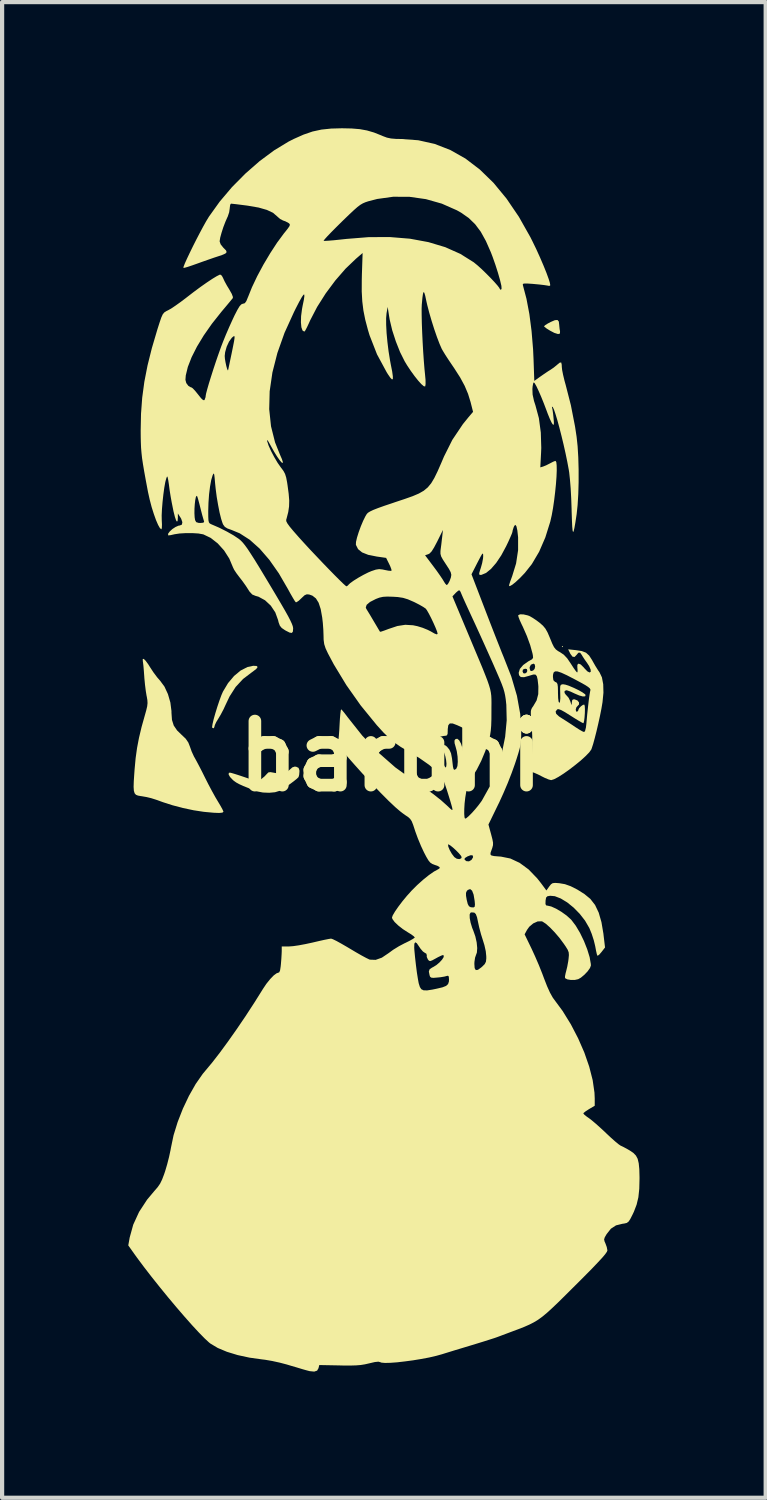
<source format=kicad_pcb>
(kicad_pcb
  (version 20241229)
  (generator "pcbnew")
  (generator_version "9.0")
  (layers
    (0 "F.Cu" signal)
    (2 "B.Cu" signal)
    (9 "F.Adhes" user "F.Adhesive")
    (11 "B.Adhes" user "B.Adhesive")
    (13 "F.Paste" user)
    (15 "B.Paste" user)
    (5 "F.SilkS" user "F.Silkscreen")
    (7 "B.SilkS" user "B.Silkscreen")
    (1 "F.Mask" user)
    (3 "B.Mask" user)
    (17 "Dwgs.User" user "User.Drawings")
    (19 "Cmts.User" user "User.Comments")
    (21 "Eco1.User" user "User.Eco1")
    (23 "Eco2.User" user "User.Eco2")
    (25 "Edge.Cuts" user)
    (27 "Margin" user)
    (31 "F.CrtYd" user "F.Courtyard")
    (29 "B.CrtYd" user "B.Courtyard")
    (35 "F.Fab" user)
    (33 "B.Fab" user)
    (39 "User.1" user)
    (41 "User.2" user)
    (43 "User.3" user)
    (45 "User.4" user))
  (footprint "haruhi"
    (layer "F.Cu")
    (at 6.24 14.929)
    (property "Reference" "haruhi" (at 0 0 0) (layer "F.SilkS") (effects (font (size 1.524 1.524) (thickness 0.3))))
    (attr through_hole)
    (fp_poly (pts (xy 4.098 -2.606) (xy 4.083 -2.591) (xy 4.068 -2.606) (xy 4.083 -2.621)) (stroke (width 0) (type solid)) (fill yes) (layer "F.SilkS"))
    (fp_poly (pts (xy 3.997 -10.334) (xy 4.007 -10.25) (xy 4.007 -10.244) (xy 4.016 -10.155) (xy 4.026 -10.101) (xy 4.024 -10.048) (xy 3.979 -10.036) (xy 3.89 -10.064) (xy 3.789 -10.117) (xy 3.71 -10.166) (xy 3.658 -10.206) (xy 3.646 -10.221) (xy 3.671 -10.246) (xy 3.734 -10.286) (xy 3.801 -10.322) (xy 3.903 -10.366) (xy 3.965 -10.371)) (stroke (width 0) (type solid)) (fill yes) (layer "F.SilkS"))
    (fp_poly (pts (xy -3.189 -2.144) (xy -3.164 -2.119) (xy -3.196 -2.074) (xy -3.284 -2.006) (xy -3.296 -1.998) (xy -3.512 -1.834) (xy -3.687 -1.645) (xy -3.831 -1.42) (xy -3.918 -1.237) (xy -3.977 -1.11) (xy -4.043 -0.985) (xy -4.098 -0.893) (xy -4.149 -0.809) (xy -4.182 -0.738) (xy -4.188 -0.711) (xy -4.203 -0.669) (xy -4.218 -0.663) (xy -4.247 -0.68) (xy -4.248 -0.685) (xy -4.237 -0.761) (xy -4.21 -0.877) (xy -4.17 -1.019) (xy -4.123 -1.172) (xy -4.073 -1.321) (xy -4.026 -1.449) (xy -3.989 -1.534) (xy -3.868 -1.736) (xy -3.725 -1.906) (xy -3.568 -2.036) (xy -3.405 -2.119) (xy -3.27 -2.148)) (stroke (width 0) (type solid)) (fill yes) (layer "F.SilkS"))
    (fp_poly (pts (xy -2.245 0.253) (xy -2.191 0.279) (xy -2.171 0.334) (xy -2.17 0.37) (xy -2.177 0.447) (xy -2.192 0.499) (xy -2.192 0.499) (xy -2.233 0.539) (xy -2.309 0.6) (xy -2.405 0.671) (xy -2.505 0.741) (xy -2.595 0.798) (xy -2.642 0.825) (xy -2.75 0.858) (xy -2.89 0.871) (xy -3.038 0.865) (xy -3.17 0.84) (xy -3.194 0.832) (xy -3.373 0.763) (xy -3.506 0.71) (xy -3.602 0.666) (xy -3.673 0.627) (xy -3.728 0.588) (xy -3.754 0.566) (xy -3.821 0.495) (xy -3.854 0.436) (xy -3.849 0.399) (xy -3.824 0.392) (xy -3.783 0.401) (xy -3.699 0.426) (xy -3.584 0.463) (xy -3.477 0.499) (xy -3.163 0.606) (xy -3.073 0.542) (xy -3.001 0.483) (xy -2.947 0.425) (xy -2.944 0.422) (xy -2.909 0.387) (xy -2.859 0.38) (xy -2.786 0.393) (xy -2.647 0.418) (xy -2.547 0.415) (xy -2.469 0.383) (xy -2.407 0.328) (xy -2.339 0.267) (xy -2.281 0.248)) (stroke (width 0) (type solid)) (fill yes) (layer "F.SilkS"))
    (fp_poly (pts (xy -5.828 -2.269) (xy -5.764 -2.182) (xy -5.717 -2.107) (xy -5.64 -1.99) (xy -5.553 -1.874) (xy -5.482 -1.792) (xy -5.38 -1.654) (xy -5.297 -1.475) (xy -5.239 -1.275) (xy -5.213 -1.072) (xy -5.213 -1.033) (xy -5.201 -0.862) (xy -5.159 -0.728) (xy -5.079 -0.611) (xy -4.974 -0.509) (xy -4.874 -0.414) (xy -4.812 -0.323) (xy -4.774 -0.226) (xy -4.732 -0.108) (xy -4.678 0.009) (xy -4.657 0.045) (xy -4.616 0.12) (xy -4.556 0.233) (xy -4.486 0.369) (xy -4.415 0.512) (xy -4.335 0.67) (xy -4.249 0.832) (xy -4.168 0.978) (xy -4.111 1.074) (xy -4.05 1.176) (xy -4.003 1.261) (xy -3.979 1.314) (xy -3.977 1.322) (xy -4.002 1.343) (xy -4.078 1.351) (xy -4.207 1.346) (xy -4.393 1.329) (xy -4.452 1.323) (xy -4.686 1.287) (xy -4.941 1.233) (xy -5.191 1.167) (xy -5.409 1.097) (xy -5.415 1.095) (xy -5.573 1.038) (xy -5.696 0.999) (xy -5.805 0.973) (xy -5.919 0.953) (xy -5.943 0.95) (xy -6.009 0.938) (xy -6.057 0.919) (xy -6.089 0.883) (xy -6.107 0.822) (xy -6.113 0.73) (xy -6.109 0.597) (xy -6.097 0.416) (xy -6.09 0.319) (xy -6.065 0.048) (xy -6.031 -0.196) (xy -5.985 -0.436) (xy -5.924 -0.692) (xy -5.852 -0.949) (xy -5.813 -1.088) (xy -5.79 -1.186) (xy -5.782 -1.262) (xy -5.786 -1.333) (xy -5.8 -1.415) (xy -5.804 -1.431) (xy -5.823 -1.546) (xy -5.842 -1.696) (xy -5.857 -1.851) (xy -5.86 -1.898) (xy -5.87 -2.032) (xy -5.88 -2.149) (xy -5.89 -2.232) (xy -5.894 -2.255) (xy -5.896 -2.309) (xy -5.873 -2.313)) (stroke (width 0) (type solid)) (fill yes) (layer "F.SilkS"))
    (fp_poly (pts (xy 3.157 -3.37) (xy 3.253 -3.348) (xy 3.293 -3.334) (xy 3.369 -3.292) (xy 3.467 -3.227) (xy 3.54 -3.172) (xy 3.62 -3.102) (xy 3.679 -3.031) (xy 3.73 -2.94) (xy 3.785 -2.812) (xy 3.791 -2.797) (xy 3.842 -2.673) (xy 3.883 -2.592) (xy 3.926 -2.538) (xy 3.979 -2.498) (xy 4.024 -2.473) (xy 4.115 -2.412) (xy 4.197 -2.325) (xy 4.284 -2.197) (xy 4.285 -2.195) (xy 4.347 -2.099) (xy 4.398 -2.027) (xy 4.43 -1.991) (xy 4.434 -1.989) (xy 4.444 -2.015) (xy 4.441 -2.079) (xy 4.438 -2.094) (xy 4.438 -2.172) (xy 4.466 -2.2) (xy 4.519 -2.179) (xy 4.591 -2.107) (xy 4.601 -2.094) (xy 4.676 -2.016) (xy 4.729 -1.989) (xy 4.756 -2.005) (xy 4.754 -2.058) (xy 4.718 -2.141) (xy 4.67 -2.215) (xy 4.609 -2.301) (xy 4.559 -2.378) (xy 4.545 -2.403) (xy 4.503 -2.461) (xy 4.462 -2.459) (xy 4.422 -2.41) (xy 4.372 -2.358) (xy 4.323 -2.365) (xy 4.273 -2.431) (xy 4.266 -2.445) (xy 4.219 -2.54) (xy 4.405 -2.52) (xy 4.545 -2.498) (xy 4.643 -2.46) (xy 4.718 -2.392) (xy 4.788 -2.284) (xy 4.803 -2.256) (xy 4.865 -2.147) (xy 4.93 -2.043) (xy 4.965 -1.993) (xy 5.022 -1.873) (xy 5.053 -1.709) (xy 5.058 -1.508) (xy 5.036 -1.282) (xy 5.035 -1.276) (xy 5.01 -1.128) (xy 4.976 -0.957) (xy 4.936 -0.775) (xy 4.894 -0.595) (xy 4.852 -0.43) (xy 4.814 -0.291) (xy 4.782 -0.192) (xy 4.769 -0.157) (xy 4.719 -0.088) (xy 4.631 0.002) (xy 4.517 0.106) (xy 4.384 0.214) (xy 4.245 0.321) (xy 4.109 0.417) (xy 3.985 0.496) (xy 3.884 0.549) (xy 3.817 0.57) (xy 3.813 0.57) (xy 3.753 0.554) (xy 3.664 0.517) (xy 3.6 0.485) (xy 3.502 0.435) (xy 3.416 0.397) (xy 3.377 0.384) (xy 3.33 0.363) (xy 3.318 0.323) (xy 3.326 0.265) (xy 3.346 0.122) (xy 3.36 -0.063) (xy 3.366 -0.271) (xy 3.365 -0.485) (xy 3.356 -0.686) (xy 3.35 -0.765) (xy 3.337 -0.91) (xy 3.331 -1.009) (xy 3.333 -1.075) (xy 3.346 -1.121) (xy 3.369 -1.162) (xy 3.388 -1.187) (xy 3.469 -1.325) (xy 3.508 -1.474) (xy 3.511 -1.651) (xy 3.508 -1.691) (xy 3.493 -1.823) (xy 3.478 -1.884) (xy 3.857 -1.884) (xy 3.868 -1.805) (xy 3.907 -1.766) (xy 3.917 -1.763) (xy 3.947 -1.747) (xy 3.965 -1.714) (xy 3.974 -1.651) (xy 3.977 -1.544) (xy 3.977 -1.504) (xy 3.981 -1.379) (xy 3.992 -1.296) (xy 4.008 -1.266) (xy 4.009 -1.265) (xy 4.025 -1.294) (xy 4.033 -1.377) (xy 4.031 -1.484) (xy 4.028 -1.597) (xy 4.031 -1.662) (xy 4.045 -1.695) (xy 4.074 -1.706) (xy 4.098 -1.709) (xy 4.158 -1.699) (xy 4.249 -1.668) (xy 4.357 -1.622) (xy 4.465 -1.57) (xy 4.557 -1.518) (xy 4.618 -1.474) (xy 4.634 -1.454) (xy 4.623 -1.422) (xy 4.568 -1.419) (xy 4.481 -1.443) (xy 4.369 -1.491) (xy 4.278 -1.534) (xy 4.203 -1.561) (xy 4.174 -1.567) (xy 4.134 -1.548) (xy 4.134 -1.503) (xy 4.17 -1.452) (xy 4.186 -1.439) (xy 4.233 -1.383) (xy 4.271 -1.302) (xy 4.273 -1.295) (xy 4.293 -1.229) (xy 4.302 -1.219) (xy 4.305 -1.26) (xy 4.306 -1.275) (xy 4.317 -1.336) (xy 4.352 -1.352) (xy 4.373 -1.35) (xy 4.441 -1.323) (xy 4.478 -1.276) (xy 4.476 -1.226) (xy 4.452 -1.202) (xy 4.415 -1.161) (xy 4.399 -1.107) (xy 4.408 -1.065) (xy 4.429 -1.055) (xy 4.457 -1.078) (xy 4.459 -1.093) (xy 4.479 -1.138) (xy 4.524 -1.186) (xy 4.574 -1.221) (xy 4.604 -1.224) (xy 4.614 -1.19) (xy 4.618 -1.116) (xy 4.616 -1.021) (xy 4.609 -0.923) (xy 4.599 -0.84) (xy 4.586 -0.79) (xy 4.579 -0.783) (xy 4.545 -0.799) (xy 4.471 -0.841) (xy 4.371 -0.902) (xy 4.275 -0.963) (xy 4.143 -1.046) (xy 4.052 -1.096) (xy 3.993 -1.117) (xy 3.959 -1.112) (xy 3.957 -1.11) (xy 3.921 -1.06) (xy 3.935 -1.006) (xy 4.003 -0.943) (xy 4.065 -0.903) (xy 4.172 -0.835) (xy 4.297 -0.754) (xy 4.389 -0.692) (xy 4.481 -0.633) (xy 4.556 -0.59) (xy 4.599 -0.573) (xy 4.6 -0.573) (xy 4.622 -0.601) (xy 4.642 -0.682) (xy 4.653 -0.776) (xy 4.671 -0.979) (xy 4.691 -1.168) (xy 4.71 -1.332) (xy 4.728 -1.46) (xy 4.742 -1.542) (xy 4.746 -1.556) (xy 4.749 -1.583) (xy 4.734 -1.611) (xy 4.695 -1.645) (xy 4.624 -1.691) (xy 4.513 -1.753) (xy 4.365 -1.832) (xy 4.189 -1.923) (xy 4.059 -1.983) (xy 3.967 -2.014) (xy 3.907 -2.015) (xy 3.873 -1.988) (xy 3.859 -1.933) (xy 3.857 -1.884) (xy 3.478 -1.884) (xy 3.474 -1.902) (xy 3.443 -1.939) (xy 3.392 -1.941) (xy 3.312 -1.917) (xy 3.294 -1.911) (xy 3.171 -1.877) (xy 3.092 -1.881) (xy 3.052 -1.924) (xy 3.043 -1.982) (xy 3.054 -2.017) (xy 3.134 -2.017) (xy 3.153 -1.972) (xy 3.194 -1.965) (xy 3.234 -1.992) (xy 3.248 -2.027) (xy 3.237 -2.07) (xy 3.196 -2.079) (xy 3.145 -2.059) (xy 3.134 -2.017) (xy 3.054 -2.017) (xy 3.071 -2.074) (xy 3.105 -2.114) (xy 3.303 -2.114) (xy 3.306 -2.076) (xy 3.322 -2.029) (xy 3.35 -2.024) (xy 3.387 -2.037) (xy 3.421 -2.073) (xy 3.434 -2.129) (xy 3.425 -2.18) (xy 3.396 -2.2) (xy 3.333 -2.174) (xy 3.303 -2.114) (xy 3.105 -2.114) (xy 3.15 -2.167) (xy 3.269 -2.252) (xy 3.304 -2.271) (xy 3.362 -2.304) (xy 3.385 -2.339) (xy 3.38 -2.399) (xy 3.37 -2.447) (xy 3.317 -2.639) (xy 3.238 -2.856) (xy 3.142 -3.075) (xy 3.114 -3.132) (xy 3.069 -3.23) (xy 3.039 -3.308) (xy 3.031 -3.349) (xy 3.032 -3.351) (xy 3.076 -3.372)) (stroke (width 0) (type solid)) (fill yes) (layer "F.SilkS"))
    (fp_poly (pts (xy -0.926 -14.924) (xy -0.734 -14.908) (xy -0.564 -14.877) (xy -0.397 -14.828) (xy -0.216 -14.756) (xy -0.187 -14.743) (xy -0.091 -14.707) (xy 0.007 -14.686) (xy 0.127 -14.676) (xy 0.251 -14.674) (xy 0.656 -14.644) (xy 1.045 -14.557) (xy 1.418 -14.412) (xy 1.777 -14.209) (xy 2.119 -13.948) (xy 2.445 -13.631) (xy 2.754 -13.256) (xy 3.047 -12.825) (xy 3.322 -12.338) (xy 3.37 -12.242) (xy 3.461 -12.055) (xy 3.55 -11.858) (xy 3.633 -11.665) (xy 3.704 -11.489) (xy 3.757 -11.343) (xy 3.784 -11.254) (xy 3.794 -11.196) (xy 3.773 -11.18) (xy 3.718 -11.19) (xy 3.647 -11.201) (xy 3.537 -11.214) (xy 3.409 -11.226) (xy 3.379 -11.229) (xy 3.256 -11.237) (xy 3.183 -11.238) (xy 3.148 -11.231) (xy 3.14 -11.212) (xy 3.145 -11.19) (xy 3.228 -10.875) (xy 3.297 -10.511) (xy 3.349 -10.108) (xy 3.385 -9.677) (xy 3.396 -9.44) (xy 3.414 -8.922) (xy 3.548 -9.018) (xy 3.647 -9.087) (xy 3.745 -9.153) (xy 3.784 -9.177) (xy 3.872 -9.236) (xy 3.95 -9.299) (xy 3.956 -9.305) (xy 4.02 -9.357) (xy 4.054 -9.36) (xy 4.066 -9.309) (xy 4.068 -9.258) (xy 4.076 -9.181) (xy 4.099 -9.066) (xy 4.132 -8.928) (xy 4.16 -8.828) (xy 4.284 -8.344) (xy 4.383 -7.837) (xy 4.42 -7.593) (xy 4.444 -7.369) (xy 4.46 -7.104) (xy 4.468 -6.815) (xy 4.468 -6.519) (xy 4.46 -6.233) (xy 4.444 -5.971) (xy 4.421 -5.752) (xy 4.419 -5.74) (xy 4.391 -5.556) (xy 4.368 -5.425) (xy 4.35 -5.349) (xy 4.336 -5.328) (xy 4.325 -5.364) (xy 4.316 -5.457) (xy 4.309 -5.607) (xy 4.302 -5.817) (xy 4.301 -5.875) (xy 4.292 -6.129) (xy 4.279 -6.367) (xy 4.262 -6.576) (xy 4.244 -6.744) (xy 4.234 -6.809) (xy 4.199 -6.997) (xy 4.157 -7.2) (xy 4.11 -7.41) (xy 4.06 -7.617) (xy 4.01 -7.813) (xy 3.962 -7.989) (xy 3.918 -8.134) (xy 3.882 -8.24) (xy 3.855 -8.297) (xy 3.852 -8.301) (xy 3.833 -8.31) (xy 3.837 -8.286) (xy 3.848 -8.234) (xy 3.861 -8.142) (xy 3.871 -8.045) (xy 3.88 -7.942) (xy 3.879 -7.889) (xy 3.868 -7.878) (xy 3.848 -7.894) (xy 3.82 -7.941) (xy 3.779 -8.03) (xy 3.732 -8.146) (xy 3.708 -8.211) (xy 3.642 -8.385) (xy 3.577 -8.546) (xy 3.516 -8.686) (xy 3.464 -8.796) (xy 3.424 -8.866) (xy 3.402 -8.888) (xy 3.387 -8.861) (xy 3.374 -8.791) (xy 3.369 -8.73) (xy 3.374 -8.597) (xy 3.407 -8.446) (xy 3.442 -8.338) (xy 3.523 -8.037) (xy 3.569 -7.696) (xy 3.58 -7.328) (xy 3.575 -7.207) (xy 3.557 -6.866) (xy 3.624 -6.886) (xy 3.696 -6.915) (xy 3.781 -6.958) (xy 3.791 -6.963) (xy 3.862 -7) (xy 3.913 -7.02) (xy 3.919 -7.02) (xy 3.937 -6.992) (xy 3.946 -6.914) (xy 3.948 -6.794) (xy 3.942 -6.643) (xy 3.929 -6.469) (xy 3.91 -6.281) (xy 3.887 -6.089) (xy 3.86 -5.902) (xy 3.829 -5.729) (xy 3.795 -5.58) (xy 3.794 -5.576) (xy 3.676 -5.199) (xy 3.529 -4.86) (xy 3.356 -4.567) (xy 3.189 -4.356) (xy 3.075 -4.237) (xy 2.972 -4.141) (xy 2.889 -4.074) (xy 2.833 -4.043) (xy 2.815 -4.045) (xy 2.818 -4.078) (xy 2.841 -4.151) (xy 2.878 -4.252) (xy 2.889 -4.282) (xy 2.981 -4.581) (xy 3.029 -4.897) (xy 3.029 -5.204) (xy 3.028 -5.212) (xy 3.011 -5.367) (xy 2.99 -5.462) (xy 2.967 -5.499) (xy 2.94 -5.478) (xy 2.924 -5.443) (xy 2.901 -5.372) (xy 2.893 -5.328) (xy 2.88 -5.289) (xy 2.846 -5.209) (xy 2.797 -5.099) (xy 2.745 -4.991) (xy 2.629 -4.775) (xy 2.507 -4.593) (xy 2.385 -4.452) (xy 2.267 -4.356) (xy 2.159 -4.311) (xy 2.128 -4.309) (xy 2.106 -4.317) (xy 2.104 -4.35) (xy 2.124 -4.421) (xy 2.142 -4.474) (xy 2.174 -4.588) (xy 2.195 -4.7) (xy 2.199 -4.752) (xy 2.197 -4.801) (xy 2.189 -4.819) (xy 2.171 -4.802) (xy 2.137 -4.744) (xy 2.082 -4.639) (xy 2.059 -4.595) (xy 1.921 -4.324) (xy 2.268 -3.42) (xy 2.356 -3.192) (xy 2.44 -2.976) (xy 2.517 -2.779) (xy 2.584 -2.61) (xy 2.636 -2.477) (xy 2.672 -2.389) (xy 2.682 -2.365) (xy 2.868 -1.891) (xy 3.001 -1.437) (xy 3.079 -1.005) (xy 3.103 -0.619) (xy 3.103 -0.485) (xy 3.098 -0.378) (xy 3.088 -0.284) (xy 3.068 -0.187) (xy 3.036 -0.073) (xy 2.99 0.074) (xy 2.953 0.186) (xy 2.877 0.398) (xy 2.783 0.639) (xy 2.678 0.885) (xy 2.575 1.111) (xy 2.563 1.134) (xy 2.324 1.626) (xy 2.387 1.857) (xy 2.418 1.976) (xy 2.433 2.056) (xy 2.432 2.117) (xy 2.416 2.179) (xy 2.401 2.221) (xy 2.376 2.291) (xy 2.371 2.336) (xy 2.395 2.362) (xy 2.458 2.376) (xy 2.567 2.385) (xy 2.622 2.389) (xy 2.845 2.434) (xy 3.065 2.537) (xy 3.28 2.695) (xy 3.484 2.907) (xy 3.574 3.021) (xy 3.702 3.194) (xy 3.769 3.1) (xy 3.811 3.047) (xy 3.852 3.02) (xy 3.912 3.014) (xy 4.007 3.021) (xy 4.142 3.044) (xy 4.28 3.093) (xy 4.436 3.172) (xy 4.605 3.278) (xy 4.746 3.394) (xy 4.859 3.539) (xy 4.946 3.722) (xy 5.011 3.948) (xy 5.058 4.225) (xy 5.061 4.255) (xy 5.096 4.549) (xy 5.014 4.655) (xy 4.962 4.716) (xy 4.924 4.745) (xy 4.915 4.744) (xy 4.901 4.708) (xy 4.883 4.628) (xy 4.863 4.522) (xy 4.862 4.516) (xy 4.829 4.38) (xy 4.779 4.225) (xy 4.721 4.083) (xy 4.719 4.081) (xy 4.621 3.912) (xy 4.495 3.75) (xy 4.351 3.603) (xy 4.197 3.478) (xy 4.044 3.385) (xy 3.902 3.33) (xy 3.792 3.32) (xy 3.725 3.332) (xy 3.694 3.364) (xy 3.682 3.436) (xy 3.682 3.442) (xy 3.68 3.518) (xy 3.698 3.55) (xy 3.73 3.555) (xy 3.817 3.575) (xy 3.932 3.627) (xy 4.059 3.702) (xy 4.182 3.79) (xy 4.284 3.882) (xy 4.297 3.896) (xy 4.4 4.032) (xy 4.502 4.204) (xy 4.595 4.396) (xy 4.673 4.594) (xy 4.73 4.78) (xy 4.758 4.94) (xy 4.76 4.979) (xy 4.738 5.038) (xy 4.682 5.117) (xy 4.605 5.198) (xy 4.522 5.267) (xy 4.459 5.303) (xy 4.379 5.321) (xy 4.285 5.322) (xy 4.2 5.308) (xy 4.148 5.28) (xy 4.145 5.277) (xy 4.144 5.236) (xy 4.159 5.16) (xy 4.17 5.12) (xy 4.197 5.009) (xy 4.221 4.878) (xy 4.229 4.818) (xy 4.237 4.73) (xy 4.232 4.665) (xy 4.208 4.603) (xy 4.159 4.524) (xy 4.115 4.46) (xy 4.012 4.321) (xy 3.899 4.189) (xy 3.789 4.075) (xy 3.689 3.986) (xy 3.61 3.934) (xy 3.59 3.927) (xy 3.494 3.93) (xy 3.389 3.977) (xy 3.295 4.056) (xy 3.242 4.13) (xy 3.184 4.237) (xy 3.351 4.582) (xy 3.433 4.761) (xy 3.522 4.967) (xy 3.603 5.17) (xy 3.647 5.288) (xy 3.718 5.47) (xy 3.787 5.623) (xy 3.85 5.736) (xy 3.874 5.77) (xy 4.088 6.06) (xy 4.283 6.376) (xy 4.456 6.709) (xy 4.604 7.048) (xy 4.72 7.383) (xy 4.802 7.703) (xy 4.845 8) (xy 4.851 8.137) (xy 4.851 8.313) (xy 4.715 8.393) (xy 4.639 8.442) (xy 4.59 8.481) (xy 4.58 8.496) (xy 4.603 8.524) (xy 4.662 8.572) (xy 4.707 8.603) (xy 4.778 8.657) (xy 4.878 8.741) (xy 4.995 8.846) (xy 5.116 8.958) (xy 5.121 8.964) (xy 5.233 9.069) (xy 5.334 9.159) (xy 5.415 9.226) (xy 5.464 9.26) (xy 5.469 9.262) (xy 5.526 9.289) (xy 5.614 9.336) (xy 5.688 9.379) (xy 5.771 9.436) (xy 5.831 9.498) (xy 5.872 9.575) (xy 5.897 9.68) (xy 5.911 9.821) (xy 5.916 10.01) (xy 5.916 10.049) (xy 5.91 10.289) (xy 5.889 10.488) (xy 5.847 10.664) (xy 5.782 10.834) (xy 5.747 10.907) (xy 5.695 11.009) (xy 5.655 11.068) (xy 5.613 11.099) (xy 5.555 11.113) (xy 5.511 11.119) (xy 5.357 11.157) (xy 5.236 11.236) (xy 5.135 11.363) (xy 5.09 11.44) (xy 5.074 11.492) (xy 5.086 11.543) (xy 5.105 11.585) (xy 5.137 11.672) (xy 5.152 11.75) (xy 5.152 11.754) (xy 5.139 11.787) (xy 5.099 11.844) (xy 5.028 11.928) (xy 4.923 12.041) (xy 4.784 12.187) (xy 4.605 12.368) (xy 4.386 12.587) (xy 4.376 12.597) (xy 4.164 12.808) (xy 3.988 12.982) (xy 3.84 13.123) (xy 3.715 13.237) (xy 3.605 13.328) (xy 3.503 13.402) (xy 3.402 13.463) (xy 3.296 13.517) (xy 3.178 13.569) (xy 3.041 13.623) (xy 2.883 13.682) (xy 2.755 13.73) (xy 2.635 13.775) (xy 2.544 13.809) (xy 2.528 13.815) (xy 2.465 13.837) (xy 2.355 13.872) (xy 2.211 13.918) (xy 2.042 13.97) (xy 1.865 14.024) (xy 1.686 14.078) (xy 1.52 14.128) (xy 1.381 14.171) (xy 1.277 14.203) (xy 1.22 14.221) (xy 1.08 14.26) (xy 0.912 14.299) (xy 0.726 14.334) (xy 0.53 14.366) (xy 0.336 14.392) (xy 0.154 14.413) (xy -0.006 14.425) (xy -0.134 14.428) (xy -0.219 14.421) (xy -0.248 14.41) (xy -0.293 14.398) (xy -0.379 14.407) (xy -0.512 14.438) (xy -0.613 14.461) (xy -0.712 14.477) (xy -0.824 14.486) (xy -0.962 14.49) (xy -1.142 14.489) (xy -1.219 14.487) (xy -1.699 14.478) (xy -1.717 14.553) (xy -1.75 14.611) (xy -1.819 14.634) (xy -1.928 14.623) (xy -2.019 14.599) (xy -2.106 14.574) (xy -2.231 14.536) (xy -2.375 14.494) (xy -2.471 14.465) (xy -2.638 14.421) (xy -2.821 14.381) (xy -2.99 14.352) (xy -3.058 14.344) (xy -3.358 14.302) (xy -3.64 14.241) (xy -3.895 14.163) (xy -4.112 14.072) (xy -4.283 13.97) (xy -4.318 13.943) (xy -4.425 13.844) (xy -4.563 13.703) (xy -4.725 13.528) (xy -4.904 13.326) (xy -5.096 13.103) (xy -5.294 12.867) (xy -5.492 12.624) (xy -5.685 12.382) (xy -5.866 12.148) (xy -6.03 11.928) (xy -6.097 11.835) (xy -6.24 11.633) (xy -6.206 11.444) (xy -6.122 11.14) (xy -5.983 10.837) (xy -5.792 10.545) (xy -5.622 10.342) (xy -5.543 10.251) (xy -5.484 10.166) (xy -5.436 10.068) (xy -5.387 9.939) (xy -5.363 9.868) (xy -5.315 9.705) (xy -5.27 9.528) (xy -5.235 9.366) (xy -5.225 9.31) (xy -5.163 9.014) (xy -5.066 8.7) (xy -4.942 8.383) (xy -4.797 8.077) (xy -4.637 7.795) (xy -4.469 7.554) (xy -4.399 7.47) (xy -4.243 7.283) (xy -4.064 7.052) (xy -3.869 6.786) (xy -3.663 6.494) (xy -3.453 6.185) (xy -3.246 5.867) (xy -3.047 5.55) (xy -3.044 5.544) (xy -2.957 5.414) (xy -2.866 5.301) (xy -2.781 5.213) (xy -2.711 5.162) (xy -2.68 5.152) (xy -2.651 5.14) (xy -2.631 5.095) (xy -2.617 5.006) (xy -2.611 4.949) (xy -2.601 4.825) (xy -2.594 4.708) (xy -2.591 4.636) (xy -2.591 4.526) (xy -2.418 4.525) (xy -2.321 4.518) (xy -2.183 4.498) (xy -2.024 4.468) (xy -1.861 4.433) (xy -1.857 4.432) (xy -1.708 4.397) (xy -1.578 4.368) (xy -1.477 4.348) (xy -1.421 4.339) (xy -1.417 4.339) (xy -1.373 4.354) (xy -1.289 4.395) (xy -1.175 4.458) (xy -1.04 4.536) (xy -0.966 4.58) (xy -0.823 4.665) (xy -0.692 4.74) (xy -0.586 4.797) (xy -0.514 4.832) (xy -0.495 4.839) (xy -0.358 4.844) (xy -0.211 4.792) (xy -0.052 4.685) (xy 0.059 4.604) (xy 0.14 4.554) (xy 0.559 4.554) (xy 0.562 4.605) (xy 0.579 4.784) (xy 0.6 4.968) (xy 0.622 5.141) (xy 0.645 5.287) (xy 0.664 5.392) (xy 0.668 5.408) (xy 0.694 5.49) (xy 0.728 5.542) (xy 0.782 5.568) (xy 0.866 5.57) (xy 0.99 5.551) (xy 1.096 5.529) (xy 1.231 5.497) (xy 1.317 5.463) (xy 1.364 5.42) (xy 1.384 5.359) (xy 1.386 5.311) (xy 1.381 5.242) (xy 1.362 5.221) (xy 1.333 5.227) (xy 1.275 5.242) (xy 1.181 5.257) (xy 1.112 5.264) (xy 1.015 5.272) (xy 0.962 5.266) (xy 0.936 5.244) (xy 0.924 5.209) (xy 0.907 5.122) (xy 0.924 5.069) (xy 0.983 5.028) (xy 1.01 5.015) (xy 1.087 4.967) (xy 1.16 4.905) (xy 1.22 4.84) (xy 1.257 4.782) (xy 1.263 4.742) (xy 1.239 4.73) (xy 1.2 4.744) (xy 1.127 4.779) (xy 1.069 4.811) (xy 0.986 4.856) (xy 0.938 4.873) (xy 0.909 4.863) (xy 0.884 4.834) (xy 0.857 4.773) (xy 0.858 4.736) (xy 0.847 4.696) (xy 0.815 4.679) (xy 0.766 4.645) (xy 0.707 4.576) (xy 0.675 4.528) (xy 0.62 4.448) (xy 0.583 4.426) (xy 0.562 4.461) (xy 0.559 4.554) (xy 0.14 4.554) (xy 0.197 4.519) (xy 0.334 4.447) (xy 0.342 4.444) (xy 0.447 4.392) (xy 0.527 4.347) (xy 0.569 4.317) (xy 0.572 4.311) (xy 0.548 4.283) (xy 0.486 4.237) (xy 0.414 4.193) (xy 0.291 4.114) (xy 0.18 4.027) (xy 0.093 3.944) (xy 0.041 3.873) (xy 0.03 3.839) (xy 0.049 3.784) (xy 0.06 3.766) (xy 1.877 3.766) (xy 1.879 3.851) (xy 1.9 3.961) (xy 1.937 4.082) (xy 1.964 4.149) (xy 2.012 4.285) (xy 2.044 4.428) (xy 2.057 4.563) (xy 2.049 4.671) (xy 2.03 4.722) (xy 2.006 4.791) (xy 1.991 4.891) (xy 1.989 4.94) (xy 1.996 5.041) (xy 2.023 5.087) (xy 2.074 5.081) (xy 2.153 5.024) (xy 2.176 5.004) (xy 2.235 4.945) (xy 2.264 4.888) (xy 2.273 4.808) (xy 2.272 4.756) (xy 2.26 4.637) (xy 2.228 4.494) (xy 2.193 4.381) (xy 2.147 4.235) (xy 2.104 4.072) (xy 2.078 3.952) (xy 2.052 3.829) (xy 2.024 3.756) (xy 1.991 3.723) (xy 1.984 3.72) (xy 1.921 3.715) (xy 1.896 3.723) (xy 1.877 3.766) (xy 0.06 3.766) (xy 0.102 3.694) (xy 0.181 3.58) (xy 0.278 3.452) (xy 0.387 3.32) (xy 0.45 3.251) (xy 1.79 3.251) (xy 1.791 3.321) (xy 1.807 3.416) (xy 1.832 3.516) (xy 1.861 3.569) (xy 1.9 3.591) (xy 1.908 3.593) (xy 1.967 3.598) (xy 1.997 3.58) (xy 2.003 3.525) (xy 1.996 3.443) (xy 1.971 3.293) (xy 1.935 3.199) (xy 1.889 3.161) (xy 1.834 3.181) (xy 1.809 3.207) (xy 1.79 3.251) (xy 0.45 3.251) (xy 0.492 3.203) (xy 0.625 3.07) (xy 0.767 2.942) (xy 0.906 2.83) (xy 1.028 2.745) (xy 1.096 2.708) (xy 1.158 2.672) (xy 1.166 2.642) (xy 1.119 2.612) (xy 1.049 2.587) (xy 0.988 2.563) (xy 0.94 2.531) (xy 0.897 2.479) (xy 0.887 2.462) (xy 1.756 2.462) (xy 1.8 2.497) (xy 1.861 2.502) (xy 1.921 2.467) (xy 1.956 2.409) (xy 1.958 2.391) (xy 1.944 2.356) (xy 1.896 2.357) (xy 1.824 2.385) (xy 1.761 2.425) (xy 1.756 2.462) (xy 0.887 2.462) (xy 0.847 2.395) (xy 0.792 2.29) (xy 0.719 2.134) (xy 0.706 2.102) (xy 1.363 2.102) (xy 1.37 2.154) (xy 1.403 2.234) (xy 1.453 2.322) (xy 1.511 2.398) (xy 1.512 2.4) (xy 1.57 2.439) (xy 1.632 2.449) (xy 1.677 2.429) (xy 1.687 2.401) (xy 1.668 2.365) (xy 1.619 2.307) (xy 1.553 2.24) (xy 1.482 2.175) (xy 1.418 2.124) (xy 1.375 2.099) (xy 1.363 2.102) (xy 0.706 2.102) (xy 0.645 1.955) (xy 0.584 1.788) (xy 0.576 1.763) (xy 0.534 1.635) (xy 0.5 1.549) (xy 0.463 1.493) (xy 0.416 1.449) (xy 0.348 1.404) (xy 0.343 1.401) (xy 0.243 1.328) (xy 0.109 1.213) (xy -0.054 1.059) (xy -0.242 0.87) (xy -0.45 0.652) (xy -0.676 0.409) (xy -0.854 0.211) (xy -0.995 0.051) (xy -1.101 -0.071) (xy -1.174 -0.162) (xy -1.221 -0.228) (xy -1.246 -0.276) (xy -1.253 -0.311) (xy -1.251 -0.331) (xy -1.242 -0.391) (xy -1.232 -0.495) (xy -1.222 -0.629) (xy -1.215 -0.761) (xy -1.207 -0.899) (xy -1.197 -1.011) (xy -1.187 -1.087) (xy -1.179 -1.114) (xy -1.154 -1.091) (xy -1.103 -1.03) (xy -1.038 -0.945) (xy -1.024 -0.926) (xy -0.678 -0.49) (xy -0.297 -0.089) (xy 0.11 0.268) (xy 0.523 0.565) (xy 0.79 0.743) (xy 1.011 0.901) (xy 1.194 1.046) (xy 1.335 1.172) (xy 1.412 1.245) (xy 1.454 1.279) (xy 1.469 1.278) (xy 1.465 1.245) (xy 1.46 1.22) (xy 1.442 1.155) (xy 1.411 1.048) (xy 1.37 0.916) (xy 1.337 0.81) (xy 1.288 0.664) (xy 1.248 0.56) (xy 1.207 0.484) (xy 1.157 0.421) (xy 1.092 0.356) (xy 0.913 0.207) (xy 0.69 0.051) (xy 0.439 -0.102) (xy 0.407 -0.12) (xy 0.239 -0.219) (xy 0.117 -0.304) (xy 1.121 -0.304) (xy 1.124 -0.264) (xy 1.14 -0.177) (xy 1.169 -0.068) (xy 1.203 0.045) (xy 1.24 0.149) (xy 1.274 0.229) (xy 1.299 0.269) (xy 1.303 0.271) (xy 1.321 0.245) (xy 1.326 0.18) (xy 1.317 0.092) (xy 1.298 0.002) (xy 1.281 -0.05) (xy 1.244 -0.158) (xy 1.237 -0.233) (xy 1.257 -0.267) (xy 1.301 -0.255) (xy 1.339 -0.224) (xy 1.396 -0.153) (xy 1.434 -0.067) (xy 1.457 0.051) (xy 1.467 0.136) (xy 1.48 0.249) (xy 1.495 0.31) (xy 1.517 0.326) (xy 1.551 0.305) (xy 1.561 0.295) (xy 1.586 0.236) (xy 1.595 0.136) (xy 1.59 0.013) (xy 1.571 -0.117) (xy 1.547 -0.209) (xy 1.519 -0.308) (xy 1.516 -0.368) (xy 1.532 -0.399) (xy 1.579 -0.415) (xy 1.627 -0.378) (xy 1.672 -0.296) (xy 1.709 -0.176) (xy 1.723 -0.103) (xy 1.745 0.014) (xy 1.767 0.095) (xy 1.786 0.136) (xy 1.798 0.132) (xy 1.801 0.077) (xy 1.796 0.015) (xy 1.787 -0.088) (xy 1.775 -0.225) (xy 1.763 -0.369) (xy 1.761 -0.399) (xy 1.739 -0.663) (xy 1.585 -0.734) (xy 1.476 -0.776) (xy 1.406 -0.778) (xy 1.369 -0.735) (xy 1.356 -0.643) (xy 1.356 -0.614) (xy 1.353 -0.532) (xy 1.337 -0.494) (xy 1.297 -0.483) (xy 1.269 -0.482) (xy 1.18 -0.464) (xy 1.132 -0.406) (xy 1.121 -0.304) (xy 0.117 -0.304) (xy 0.096 -0.318) (xy -0.038 -0.43) (xy -0.176 -0.566) (xy -0.333 -0.739) (xy -0.34 -0.748) (xy -0.713 -1.205) (xy -1.054 -1.688) (xy -1.353 -2.181) (xy -1.492 -2.442) (xy -1.549 -2.564) (xy -1.581 -2.663) (xy -1.595 -2.767) (xy -1.597 -2.859) (xy -1.602 -3.003) (xy -1.614 -3.167) (xy -1.629 -3.297) (xy -1.665 -3.498) (xy -1.677 -3.534) (xy -0.593 -3.534) (xy -0.58 -3.501) (xy -0.55 -3.453) (xy -0.498 -3.368) (xy -0.434 -3.26) (xy -0.404 -3.209) (xy -0.341 -3.103) (xy -0.291 -3.018) (xy -0.26 -2.967) (xy -0.254 -2.957) (xy -0.224 -2.962) (xy -0.153 -2.986) (xy -0.057 -3.022) (xy -0.055 -3.023) (xy 0.158 -3.094) (xy 0.346 -3.123) (xy 0.53 -3.112) (xy 0.635 -3.09) (xy 0.759 -3.052) (xy 0.879 -3.003) (xy 0.949 -2.968) (xy 1.042 -2.915) (xy 1.095 -2.895) (xy 1.114 -2.906) (xy 1.115 -2.912) (xy 1.102 -2.964) (xy 1.067 -3.053) (xy 1.018 -3.164) (xy 0.963 -3.28) (xy 0.908 -3.387) (xy 0.861 -3.469) (xy 0.833 -3.507) (xy 0.775 -3.547) (xy 0.681 -3.601) (xy 0.568 -3.659) (xy 0.542 -3.671) (xy 0.408 -3.729) (xy 0.293 -3.764) (xy 0.168 -3.783) (xy 0.059 -3.79) (xy -0.081 -3.794) (xy -0.183 -3.788) (xy -0.269 -3.769) (xy -0.353 -3.737) (xy -0.492 -3.666) (xy -0.572 -3.598) (xy -0.593 -3.534) (xy -1.677 -3.534) (xy -1.714 -3.647) (xy -1.778 -3.75) (xy -1.84 -3.799) (xy 1.468 -3.799) (xy 1.876 -2.826) (xy 1.998 -2.534) (xy 2.1 -2.292) (xy 2.183 -2.093) (xy 2.248 -1.93) (xy 2.299 -1.798) (xy 2.337 -1.688) (xy 2.364 -1.596) (xy 2.381 -1.514) (xy 2.391 -1.437) (xy 2.395 -1.357) (xy 2.396 -1.268) (xy 2.395 -1.164) (xy 2.395 -1.07) (xy 2.394 -0.873) (xy 2.389 -0.723) (xy 2.379 -0.604) (xy 2.364 -0.502) (xy 2.341 -0.403) (xy 2.326 -0.35) (xy 2.249 -0.119) (xy 2.153 0.111) (xy 2.047 0.32) (xy 1.946 0.483) (xy 1.865 0.623) (xy 1.809 0.791) (xy 1.794 0.855) (xy 1.773 0.984) (xy 1.757 1.123) (xy 1.749 1.257) (xy 1.748 1.373) (xy 1.755 1.455) (xy 1.767 1.486) (xy 1.796 1.476) (xy 1.852 1.429) (xy 1.926 1.355) (xy 2.007 1.265) (xy 2.086 1.169) (xy 2.154 1.077) (xy 2.169 1.055) (xy 2.361 0.71) (xy 2.519 0.335) (xy 2.64 -0.059) (xy 2.721 -0.458) (xy 2.758 -0.85) (xy 2.749 -1.222) (xy 2.746 -1.248) (xy 2.735 -1.352) (xy 2.721 -1.441) (xy 2.703 -1.525) (xy 2.677 -1.614) (xy 2.639 -1.717) (xy 2.586 -1.846) (xy 2.515 -2.01) (xy 2.429 -2.207) (xy 2.329 -2.43) (xy 2.221 -2.671) (xy 2.111 -2.914) (xy 2.008 -3.139) (xy 1.92 -3.329) (xy 1.913 -3.344) (xy 1.838 -3.507) (xy 1.771 -3.653) (xy 1.717 -3.773) (xy 1.681 -3.857) (xy 1.666 -3.894) (xy 1.643 -3.938) (xy 1.609 -3.937) (xy 1.552 -3.888) (xy 1.538 -3.873) (xy 1.468 -3.799) (xy -1.84 -3.799) (xy -1.862 -3.816) (xy -1.937 -3.843) (xy -1.995 -3.848) (xy -2.047 -3.826) (xy -2.113 -3.765) (xy -2.125 -3.753) (xy -2.189 -3.693) (xy -2.24 -3.66) (xy -2.257 -3.659) (xy -2.282 -3.691) (xy -2.327 -3.765) (xy -2.387 -3.869) (xy -2.442 -3.97) (xy -2.66 -4.346) (xy -2.886 -4.668) (xy -3.117 -4.935) (xy -3.352 -5.145) (xy -3.59 -5.298) (xy -3.781 -5.377) (xy -3.883 -5.414) (xy -3.944 -5.452) (xy -3.983 -5.505) (xy -3.998 -5.538) (xy -4.032 -5.643) (xy -4.069 -5.792) (xy -4.104 -5.971) (xy -4.137 -6.164) (xy -4.162 -6.356) (xy -4.176 -6.493) (xy -4.187 -6.619) (xy -4.196 -6.693) (xy -4.206 -6.72) (xy -4.219 -6.71) (xy -4.236 -6.673) (xy -4.268 -6.564) (xy -4.296 -6.409) (xy -4.319 -6.225) (xy -4.333 -6.026) (xy -4.339 -5.827) (xy -4.338 -5.695) (xy -4.334 -5.61) (xy -4.323 -5.56) (xy -4.302 -5.532) (xy -4.268 -5.514) (xy -4.256 -5.509) (xy -4.076 -5.431) (xy -3.896 -5.34) (xy -3.734 -5.248) (xy -3.609 -5.164) (xy -3.604 -5.16) (xy -3.561 -5.123) (xy -3.516 -5.076) (xy -3.465 -5.013) (xy -3.404 -4.929) (xy -3.331 -4.818) (xy -3.24 -4.676) (xy -3.129 -4.496) (xy -2.994 -4.272) (xy -2.889 -4.097) (xy -2.736 -3.841) (xy -2.612 -3.631) (xy -2.514 -3.462) (xy -2.439 -3.328) (xy -2.386 -3.225) (xy -2.35 -3.147) (xy -2.329 -3.09) (xy -2.321 -3.048) (xy -2.32 -3.036) (xy -2.326 -2.962) (xy -2.35 -2.93) (xy -2.402 -2.937) (xy -2.492 -2.982) (xy -2.516 -2.996) (xy -2.591 -3.047) (xy -2.636 -3.102) (xy -2.666 -3.183) (xy -2.678 -3.235) (xy -2.744 -3.417) (xy -2.851 -3.578) (xy -2.988 -3.706) (xy -3.144 -3.791) (xy -3.215 -3.811) (xy -3.292 -3.843) (xy -3.358 -3.914) (xy -3.387 -3.96) (xy -3.448 -4.054) (xy -3.528 -4.166) (xy -3.595 -4.252) (xy -3.666 -4.346) (xy -3.723 -4.432) (xy -3.751 -4.49) (xy -3.838 -4.697) (xy -3.962 -4.891) (xy -4.113 -5.058) (xy -4.28 -5.189) (xy -4.453 -5.272) (xy -4.466 -5.275) (xy -4.571 -5.294) (xy -4.714 -5.303) (xy -4.872 -5.303) (xy -5.021 -5.294) (xy -5.14 -5.276) (xy -5.153 -5.273) (xy -5.232 -5.255) (xy -5.284 -5.249) (xy -5.292 -5.251) (xy -5.293 -5.289) (xy -5.254 -5.342) (xy -5.191 -5.4) (xy -5.116 -5.449) (xy -5.045 -5.48) (xy -5.016 -5.484) (xy -4.965 -5.505) (xy -4.954 -5.563) (xy -4.982 -5.645) (xy -4.998 -5.672) (xy -5.061 -5.77) (xy -5.061 -5.672) (xy -5.067 -5.595) (xy -5.082 -5.575) (xy -5.104 -5.608) (xy -5.132 -5.691) (xy -5.153 -5.775) (xy -4.667 -5.775) (xy -4.662 -5.679) (xy -4.651 -5.612) (xy -4.625 -5.564) (xy -4.568 -5.546) (xy -4.528 -5.544) (xy -4.458 -5.55) (xy -4.436 -5.57) (xy -4.441 -5.592) (xy -4.456 -5.642) (xy -4.482 -5.733) (xy -4.512 -5.849) (xy -4.521 -5.885) (xy -4.551 -6.004) (xy -4.578 -6.104) (xy -4.597 -6.167) (xy -4.601 -6.177) (xy -4.618 -6.19) (xy -4.634 -6.156) (xy -4.648 -6.085) (xy -4.659 -5.99) (xy -4.666 -5.883) (xy -4.667 -5.775) (xy -5.153 -5.775) (xy -5.165 -5.822) (xy -5.177 -5.883) (xy -5.207 -6.032) (xy -5.233 -6.176) (xy -5.252 -6.295) (xy -5.259 -6.342) (xy -5.273 -6.452) (xy -5.288 -6.552) (xy -5.294 -6.584) (xy -5.307 -6.643) (xy -5.319 -6.647) (xy -5.336 -6.606) (xy -5.36 -6.516) (xy -5.384 -6.381) (xy -5.406 -6.219) (xy -5.425 -6.044) (xy -5.439 -5.874) (xy -5.446 -5.724) (xy -5.444 -5.612) (xy -5.439 -5.506) (xy -5.442 -5.428) (xy -5.451 -5.394) (xy -5.452 -5.393) (xy -5.487 -5.421) (xy -5.531 -5.498) (xy -5.581 -5.614) (xy -5.633 -5.76) (xy -5.685 -5.925) (xy -5.731 -6.101) (xy -5.77 -6.277) (xy -5.774 -6.297) (xy -5.823 -6.557) (xy -5.861 -6.767) (xy -5.89 -6.94) (xy -5.912 -7.085) (xy -5.926 -7.214) (xy -5.936 -7.336) (xy -5.941 -7.462) (xy -5.942 -7.497) (xy -2.939 -7.497) (xy -2.937 -7.488) (xy -2.904 -7.386) (xy -2.845 -7.254) (xy -2.769 -7.11) (xy -2.688 -6.973) (xy -2.611 -6.863) (xy -2.602 -6.852) (xy -2.549 -6.78) (xy -2.512 -6.71) (xy -2.485 -6.624) (xy -2.462 -6.502) (xy -2.453 -6.441) (xy -2.426 -6.238) (xy -2.413 -6.076) (xy -2.417 -5.937) (xy -2.436 -5.805) (xy -2.473 -5.661) (xy -2.485 -5.619) (xy -2.483 -5.585) (xy -2.457 -5.534) (xy -2.403 -5.459) (xy -2.316 -5.354) (xy -2.192 -5.213) (xy -2.179 -5.198) (xy -2.049 -5.055) (xy -1.908 -4.902) (xy -1.759 -4.745) (xy -1.611 -4.589) (xy -1.468 -4.441) (xy -1.337 -4.307) (xy -1.224 -4.194) (xy -1.135 -4.107) (xy -1.075 -4.053) (xy -1.052 -4.037) (xy -1.016 -4.059) (xy -1.008 -4.071) (xy -0.963 -4.114) (xy -0.879 -4.174) (xy -0.77 -4.242) (xy -0.651 -4.309) (xy -0.536 -4.367) (xy -0.458 -4.4) (xy -0.353 -4.435) (xy -0.274 -4.447) (xy -0.192 -4.438) (xy -0.143 -4.427) (xy -0.056 -4.41) (xy 0.004 -4.405) (xy 0.019 -4.408) (xy 0.016 -4.442) (xy -0.01 -4.511) (xy -0.037 -4.569) (xy -0.109 -4.714) (xy -0.333 -4.746) (xy -0.481 -4.776) (xy 0.817 -4.776) (xy 1.009 -4.521) (xy 1.096 -4.404) (xy 1.174 -4.293) (xy 1.233 -4.205) (xy 1.256 -4.167) (xy 1.296 -4.103) (xy 1.329 -4.069) (xy 1.334 -4.068) (xy 1.361 -4.093) (xy 1.395 -4.155) (xy 1.403 -4.172) (xy 1.431 -4.249) (xy 1.441 -4.311) (xy 1.426 -4.374) (xy 1.384 -4.453) (xy 1.311 -4.565) (xy 1.308 -4.57) (xy 1.239 -4.676) (xy 1.199 -4.75) (xy 1.183 -4.811) (xy 1.183 -4.875) (xy 1.187 -4.911) (xy 1.202 -5.025) (xy 1.217 -5.156) (xy 1.224 -5.213) (xy 1.242 -5.378) (xy 1.106 -5.103) (xy 1.032 -4.963) (xy 0.974 -4.87) (xy 0.924 -4.818) (xy 0.893 -4.802) (xy 0.817 -4.776) (xy -0.481 -4.776) (xy -0.534 -4.786) (xy -0.68 -4.844) (xy -0.776 -4.922) (xy -0.826 -5.021) (xy -0.828 -5.031) (xy -0.825 -5.095) (xy -0.801 -5.198) (xy -0.761 -5.326) (xy -0.711 -5.463) (xy -0.656 -5.594) (xy -0.602 -5.703) (xy -0.57 -5.756) (xy -0.542 -5.786) (xy -0.492 -5.817) (xy -0.415 -5.854) (xy -0.303 -5.898) (xy -0.149 -5.953) (xy 0.054 -6.021) (xy 0.1 -6.037) (xy 0.334 -6.115) (xy 0.521 -6.181) (xy 0.669 -6.244) (xy 0.786 -6.311) (xy 0.881 -6.39) (xy 0.962 -6.488) (xy 1.037 -6.613) (xy 1.115 -6.773) (xy 1.204 -6.976) (xy 1.266 -7.122) (xy 1.465 -7.52) (xy 1.716 -7.894) (xy 1.853 -8.063) (xy 1.958 -8.186) (xy 1.899 -8.419) (xy 1.839 -8.614) (xy 1.759 -8.804) (xy 1.651 -9.004) (xy 1.508 -9.227) (xy 1.463 -9.293) (xy 1.378 -9.419) (xy 1.299 -9.54) (xy 1.239 -9.639) (xy 1.212 -9.687) (xy 1.161 -9.804) (xy 1.1 -9.964) (xy 1.035 -10.152) (xy 0.972 -10.352) (xy 0.915 -10.548) (xy 0.869 -10.725) (xy 0.848 -10.817) (xy 0.821 -10.945) (xy 0.799 -11.018) (xy 0.782 -11.036) (xy 0.768 -10.998) (xy 0.754 -10.902) (xy 0.74 -10.747) (xy 0.739 -10.742) (xy 0.735 -10.636) (xy 0.736 -10.482) (xy 0.74 -10.291) (xy 0.748 -10.076) (xy 0.759 -9.848) (xy 0.772 -9.62) (xy 0.787 -9.402) (xy 0.803 -9.206) (xy 0.815 -9.087) (xy 0.828 -8.946) (xy 0.829 -8.845) (xy 0.82 -8.793) (xy 0.817 -8.79) (xy 0.785 -8.797) (xy 0.728 -8.846) (xy 0.653 -8.929) (xy 0.567 -9.037) (xy 0.477 -9.161) (xy 0.39 -9.292) (xy 0.332 -9.388) (xy 0.223 -9.606) (xy 0.122 -9.861) (xy 0.036 -10.126) (xy -0.024 -10.378) (xy -0.036 -10.449) (xy -0.072 -10.681) (xy -0.099 -10.531) (xy -0.109 -10.415) (xy -0.108 -10.253) (xy -0.098 -10.059) (xy -0.078 -9.846) (xy -0.051 -9.627) (xy -0.017 -9.415) (xy 0.001 -9.317) (xy 0.035 -9.145) (xy 0.051 -9.029) (xy 0.051 -8.967) (xy 0.031 -8.957) (xy -0.008 -8.996) (xy -0.068 -9.083) (xy -0.097 -9.13) (xy -0.326 -9.554) (xy -0.503 -10.007) (xy -0.542 -10.137) (xy -0.605 -10.375) (xy -0.649 -10.595) (xy -0.676 -10.813) (xy -0.689 -11.049) (xy -0.688 -11.319) (xy -0.685 -11.456) (xy -0.668 -11.963) (xy -0.826 -11.827) (xy -1.073 -11.591) (xy -1.317 -11.31) (xy -1.546 -11.002) (xy -1.75 -10.68) (xy -1.915 -10.362) (xy -1.944 -10.297) (xy -1.99 -10.199) (xy -2.028 -10.126) (xy -2.053 -10.094) (xy -2.055 -10.094) (xy -2.097 -10.121) (xy -2.124 -10.198) (xy -2.135 -10.315) (xy -2.131 -10.462) (xy -2.109 -10.63) (xy -2.094 -10.711) (xy -2.066 -10.846) (xy -2.053 -10.936) (xy -2.056 -10.977) (xy -2.075 -10.97) (xy -2.114 -10.913) (xy -2.175 -10.805) (xy -2.258 -10.644) (xy -2.301 -10.557) (xy -2.525 -10.065) (xy -2.695 -9.585) (xy -2.813 -9.122) (xy -2.878 -8.675) (xy -2.889 -8.249) (xy -2.846 -7.843) (xy -2.75 -7.461) (xy -2.636 -7.176) (xy -2.586 -7.061) (xy -2.565 -6.994) (xy -2.569 -6.969) (xy -2.596 -6.985) (xy -2.641 -7.038) (xy -2.701 -7.123) (xy -2.773 -7.239) (xy -2.852 -7.38) (xy -2.861 -7.397) (xy -2.911 -7.485) (xy -2.937 -7.518) (xy -2.939 -7.497) (xy -5.942 -7.497) (xy -5.944 -7.602) (xy -5.945 -7.744) (xy -5.937 -8.14) (xy -5.909 -8.521) (xy -5.858 -8.901) (xy -5.782 -9.29) (xy -5.679 -9.702) (xy -5.547 -10.149) (xy -5.495 -10.312) (xy -5.455 -10.429) (xy -5.421 -10.504) (xy -5.384 -10.55) (xy -5.332 -10.583) (xy -5.293 -10.602) (xy -5.221 -10.642) (xy -5.117 -10.712) (xy -4.992 -10.801) (xy -4.862 -10.899) (xy -4.851 -10.908) (xy -4.685 -11.036) (xy -4.523 -11.156) (xy -4.372 -11.262) (xy -4.241 -11.349) (xy -4.137 -11.412) (xy -4.069 -11.446) (xy -4.052 -11.45) (xy -4.016 -11.424) (xy -3.983 -11.363) (xy -3.983 -11.361) (xy -3.95 -11.29) (xy -3.896 -11.191) (xy -3.84 -11.099) (xy -3.779 -10.991) (xy -3.752 -10.918) (xy -3.755 -10.89) (xy -3.784 -10.855) (xy -3.843 -10.783) (xy -3.924 -10.686) (xy -4.02 -10.572) (xy -4.032 -10.557) (xy -4.252 -10.28) (xy -4.445 -10.004) (xy -4.607 -9.737) (xy -4.734 -9.485) (xy -4.824 -9.254) (xy -4.873 -9.052) (xy -4.881 -8.947) (xy -4.861 -8.871) (xy -4.811 -8.804) (xy -4.751 -8.769) (xy -4.739 -8.768) (xy -4.707 -8.746) (xy -4.651 -8.687) (xy -4.583 -8.603) (xy -4.58 -8.599) (xy -4.508 -8.509) (xy -4.461 -8.466) (xy -4.432 -8.464) (xy -4.426 -8.471) (xy -4.402 -8.537) (xy -4.4 -8.564) (xy -4.39 -8.62) (xy -4.363 -8.723) (xy -4.323 -8.862) (xy -4.272 -9.026) (xy -4.215 -9.205) (xy -4.154 -9.389) (xy -4.111 -9.514) (xy -3.947 -9.514) (xy -3.942 -9.448) (xy -3.928 -9.365) (xy -3.91 -9.28) (xy -3.891 -9.211) (xy -3.875 -9.174) (xy -3.867 -9.176) (xy -3.858 -9.215) (xy -3.84 -9.301) (xy -3.815 -9.421) (xy -3.785 -9.564) (xy -3.782 -9.578) (xy -3.747 -9.75) (xy -3.724 -9.869) (xy -3.713 -9.944) (xy -3.714 -9.982) (xy -3.726 -9.988) (xy -3.75 -9.972) (xy -3.78 -9.945) (xy -3.844 -9.857) (xy -3.9 -9.736) (xy -3.937 -9.605) (xy -3.947 -9.514) (xy -4.111 -9.514) (xy -4.092 -9.568) (xy -4.034 -9.731) (xy -3.987 -9.853) (xy -3.918 -10.023) (xy -3.838 -10.208) (xy -3.76 -10.38) (xy -3.714 -10.478) (xy -3.646 -10.61) (xy -3.596 -10.694) (xy -3.555 -10.74) (xy -3.52 -10.756) (xy -3.513 -10.757) (xy -3.469 -10.77) (xy -3.433 -10.819) (xy -3.394 -10.914) (xy -3.393 -10.915) (xy -3.299 -11.149) (xy -3.174 -11.412) (xy -3.026 -11.688) (xy -2.864 -11.96) (xy -2.699 -12.213) (xy -2.669 -12.253) (xy -1.596 -12.253) (xy -1.563 -12.251) (xy -1.479 -12.256) (xy -1.356 -12.266) (xy -1.202 -12.282) (xy -1.054 -12.298) (xy -0.519 -12.341) (xy -0.014 -12.342) (xy 0.459 -12.303) (xy 0.897 -12.222) (xy 1.297 -12.102) (xy 1.656 -11.942) (xy 1.972 -11.744) (xy 1.981 -11.737) (xy 2.064 -11.669) (xy 2.164 -11.579) (xy 2.27 -11.476) (xy 2.375 -11.37) (xy 2.468 -11.271) (xy 2.541 -11.188) (xy 2.584 -11.131) (xy 2.591 -11.113) (xy 2.614 -11.089) (xy 2.621 -11.088) (xy 2.636 -11.114) (xy 2.632 -11.18) (xy 2.631 -11.186) (xy 2.599 -11.321) (xy 2.55 -11.493) (xy 2.49 -11.681) (xy 2.425 -11.866) (xy 2.382 -11.979) (xy 2.263 -12.249) (xy 2.141 -12.469) (xy 2.007 -12.648) (xy 1.854 -12.796) (xy 1.674 -12.922) (xy 1.573 -12.979) (xy 1.215 -13.137) (xy 0.837 -13.244) (xy 0.449 -13.299) (xy 0.06 -13.301) (xy -0.321 -13.248) (xy -0.533 -13.193) (xy -0.602 -13.17) (xy -0.662 -13.144) (xy -0.722 -13.109) (xy -0.791 -13.057) (xy -0.875 -12.983) (xy -0.984 -12.881) (xy -1.125 -12.745) (xy -1.17 -12.701) (xy -1.302 -12.57) (xy -1.417 -12.454) (xy -1.508 -12.359) (xy -1.57 -12.29) (xy -1.596 -12.255) (xy -1.596 -12.253) (xy -2.669 -12.253) (xy -2.538 -12.431) (xy -2.517 -12.456) (xy -2.445 -12.547) (xy -2.406 -12.604) (xy -2.397 -12.638) (xy -2.412 -12.663) (xy -2.429 -12.676) (xy -2.505 -12.717) (xy -2.56 -12.736) (xy -2.63 -12.772) (xy -2.699 -12.833) (xy -2.702 -12.836) (xy -2.8 -12.92) (xy -2.945 -12.988) (xy -3.141 -13.044) (xy -3.391 -13.087) (xy -3.417 -13.091) (xy -3.558 -13.109) (xy -3.677 -13.124) (xy -3.761 -13.133) (xy -3.798 -13.137) (xy -3.817 -13.11) (xy -3.826 -13.045) (xy -3.827 -13.03) (xy -3.841 -12.931) (xy -3.876 -12.827) (xy -3.884 -12.812) (xy -3.931 -12.705) (xy -3.98 -12.577) (xy -4.022 -12.446) (xy -4.054 -12.33) (xy -4.067 -12.248) (xy -4.068 -12.241) (xy -4.044 -12.17) (xy -3.981 -12.091) (xy -3.971 -12.081) (xy -3.916 -12.025) (xy -3.901 -11.984) (xy -3.93 -11.951) (xy -4.009 -11.916) (xy -4.098 -11.886) (xy -4.196 -11.854) (xy -4.331 -11.807) (xy -4.482 -11.754) (xy -4.59 -11.715) (xy -4.72 -11.669) (xy -4.827 -11.633) (xy -4.901 -11.612) (xy -4.93 -11.609) (xy -4.924 -11.641) (xy -4.894 -11.718) (xy -4.844 -11.829) (xy -4.779 -11.966) (xy -4.704 -12.12) (xy -4.623 -12.281) (xy -4.54 -12.44) (xy -4.461 -12.588) (xy -4.389 -12.717) (xy -4.329 -12.816) (xy -4.321 -12.829) (xy -4.066 -13.185) (xy -3.774 -13.53) (xy -3.454 -13.853) (xy -3.118 -14.147) (xy -2.773 -14.403) (xy -2.429 -14.612) (xy -2.305 -14.675) (xy -2.071 -14.779) (xy -1.858 -14.852) (xy -1.646 -14.898) (xy -1.415 -14.922) (xy -1.16 -14.929)) (stroke (width 0) (type solid)) (fill yes) (layer "F.SilkS")))
  (gr_rect
    (start -3 -3)
    (end 15.156 32.563)
    (stroke (width 0.1) (type default))
    (fill no)
    (layer "Edge.Cuts")))
</source>
